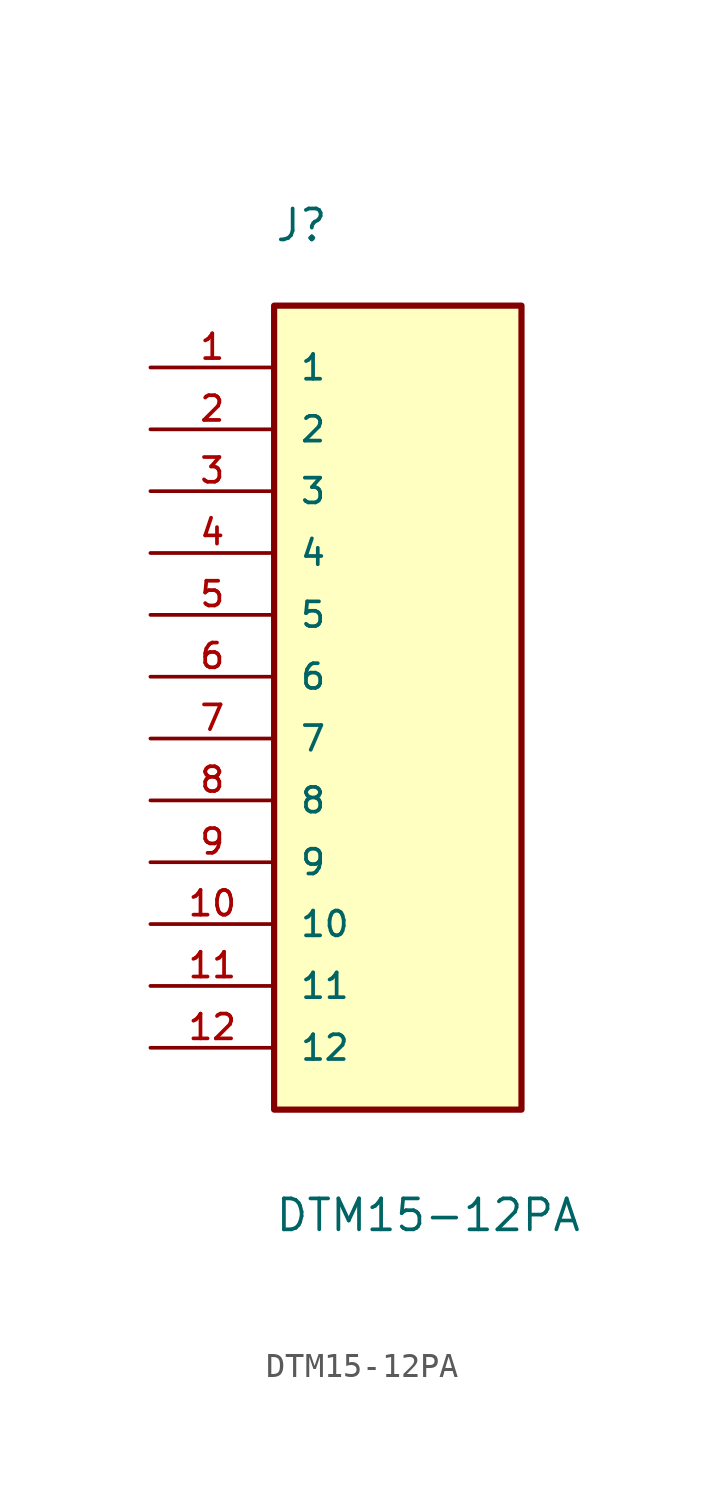
<source format=kicad_sym>
(kicad_symbol_lib
  (version 20211014)
  (generator kicad_symbol_editor)
  (symbol "DTM15-12PA"
    (pin_names
      (offset 1.016))
    (property "Reference" "J"
      (at -5.085 20.338 0)
      (effects (font (size 1.27 1.27)) (justify bottom left)))
    (property "Value" "DTM15-12PA"
      (at -5.08 -20.321 0)
      (effects (font (size 1.27 1.27)) (justify bottom left)))
    (symbol "DTM15-12PA_0_0"
      (rectangle (start -5.08 -15.24) (end 5.08 17.78) (stroke (width 0.254)) (fill (type background)))
      (pin passive line (at -10.16 15.24 0) (length 5.08) (name "1" (effects (font (size 1.016 1.016)))) (number "1" (effects (font (size 1.016 1.016)))))
      (pin passive line (at -10.16 12.7 0) (length 5.08) (name "2" (effects (font (size 1.016 1.016)))) (number "2" (effects (font (size 1.016 1.016)))))
      (pin passive line (at -10.16 10.16 0) (length 5.08) (name "3" (effects (font (size 1.016 1.016)))) (number "3" (effects (font (size 1.016 1.016)))))
      (pin passive line (at -10.16 7.62 0) (length 5.08) (name "4" (effects (font (size 1.016 1.016)))) (number "4" (effects (font (size 1.016 1.016)))))
      (pin passive line (at -10.16 5.08 0) (length 5.08) (name "5" (effects (font (size 1.016 1.016)))) (number "5" (effects (font (size 1.016 1.016)))))
      (pin passive line (at -10.16 2.54 0) (length 5.08) (name "6" (effects (font (size 1.016 1.016)))) (number "6" (effects (font (size 1.016 1.016)))))
      (pin passive line (at -10.16 0.0 0) (length 5.08) (name "7" (effects (font (size 1.016 1.016)))) (number "7" (effects (font (size 1.016 1.016)))))
      (pin passive line (at -10.16 -2.54 0) (length 5.08) (name "8" (effects (font (size 1.016 1.016)))) (number "8" (effects (font (size 1.016 1.016)))))
      (pin passive line (at -10.16 -5.08 0) (length 5.08) (name "9" (effects (font (size 1.016 1.016)))) (number "9" (effects (font (size 1.016 1.016)))))
      (pin passive line (at -10.16 -7.62 0) (length 5.08) (name "10" (effects (font (size 1.016 1.016)))) (number "10" (effects (font (size 1.016 1.016)))))
      (pin passive line (at -10.16 -10.16 0) (length 5.08) (name "11" (effects (font (size 1.016 1.016)))) (number "11" (effects (font (size 1.016 1.016)))))
      (pin passive line (at -10.16 -12.7 0) (length 5.08) (name "12" (effects (font (size 1.016 1.016)))) (number "12" (effects (font (size 1.016 1.016))))))))
</source>
